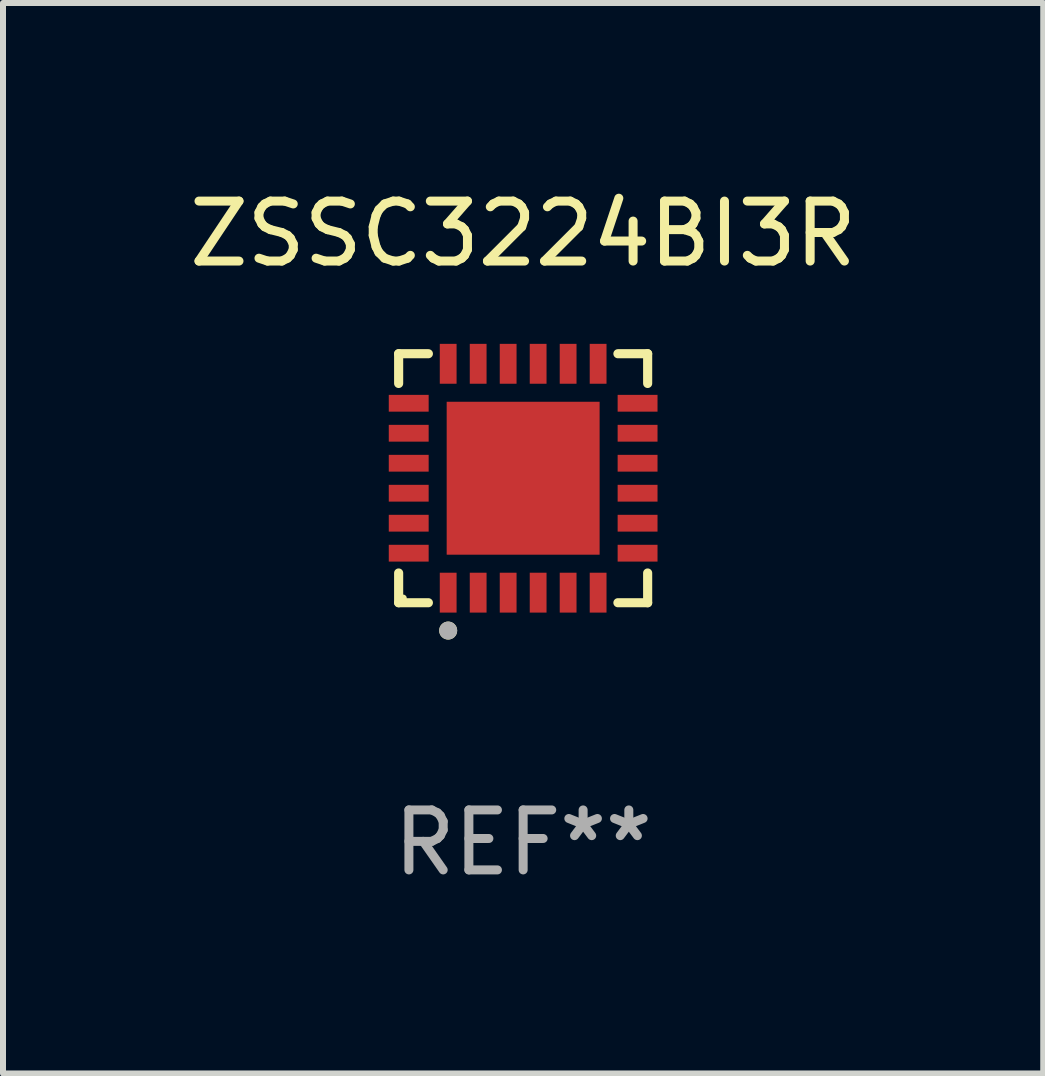
<source format=kicad_pcb>
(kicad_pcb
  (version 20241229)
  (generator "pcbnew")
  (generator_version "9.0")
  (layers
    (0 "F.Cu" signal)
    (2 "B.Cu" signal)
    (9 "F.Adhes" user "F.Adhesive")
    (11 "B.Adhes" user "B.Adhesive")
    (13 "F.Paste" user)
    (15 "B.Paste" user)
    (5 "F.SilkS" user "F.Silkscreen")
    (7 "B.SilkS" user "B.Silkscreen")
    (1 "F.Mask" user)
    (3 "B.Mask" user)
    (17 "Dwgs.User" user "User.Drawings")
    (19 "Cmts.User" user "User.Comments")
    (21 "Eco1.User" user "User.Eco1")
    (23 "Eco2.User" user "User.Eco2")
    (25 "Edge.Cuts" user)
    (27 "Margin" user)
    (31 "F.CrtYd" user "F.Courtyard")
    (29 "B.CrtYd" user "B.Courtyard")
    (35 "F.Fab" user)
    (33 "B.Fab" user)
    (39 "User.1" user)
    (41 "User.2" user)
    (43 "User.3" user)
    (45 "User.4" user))
  (footprint "ZSSC3224BI3R"
    (layer "F.Cu")
    (at 5.673 4.924)
    (property "Reference" "ZSSC3224BI3R" (at 0 -4.076 0) (layer "F.SilkS") (effects (font (size 1 1) (thickness 0.15))))
    (attr through_hole)
    (fp_line (start -2.076 -2.076) (end -1.58 -2.076) (stroke (width 0.152) (type solid)) (layer "F.SilkS"))
    (fp_line (start -2.076 -1.58) (end -2.076 -2.076) (stroke (width 0.152) (type solid)) (layer "F.SilkS"))
    (fp_line (start -2.076 1.58) (end -2.076 2.076) (stroke (width 0.152) (type solid)) (layer "F.SilkS"))
    (fp_line (start -2.076 2.076) (end -1.58 2.076) (stroke (width 0.152) (type solid)) (layer "F.SilkS"))
    (fp_line (start 2.076 -2.076) (end 1.58 -2.076) (stroke (width 0.152) (type solid)) (layer "F.SilkS"))
    (fp_line (start 2.076 -1.58) (end 2.076 -2.076) (stroke (width 0.152) (type solid)) (layer "F.SilkS"))
    (fp_line (start 2.076 1.58) (end 2.076 2.076) (stroke (width 0.152) (type solid)) (layer "F.SilkS"))
    (fp_line (start 2.076 2.076) (end 1.58 2.076) (stroke (width 0.152) (type solid)) (layer "F.SilkS"))
    (fp_circle (center -2 2) (end -1.97 2) (stroke (width 0.06) (type solid)) (fill no) (layer "F.SilkS"))
    (fp_circle (center -1.25 2.54) (end -1.175 2.54) (stroke (width 0.15) (type solid)) (fill no) (layer "F.SilkS"))
    (fp_circle (center -1.25 2.54) (end -1.175 2.54) (stroke (width 0.15) (type solid)) (fill no) (layer "F.Fab"))
    (fp_text user "REF**" (at 0 6.076 0) (layer "F.Fab") (effects (font (size 1 1) (thickness 0.15))))
    (pad "1" smd rect (at -1.25 1.908) (size 0.28 0.665) (layers "F.Cu" "F.Mask" "F.Paste"))
    (pad "2" smd rect (at -0.75 1.908) (size 0.28 0.665) (layers "F.Cu" "F.Mask" "F.Paste"))
    (pad "3" smd rect (at -0.25 1.908) (size 0.28 0.665) (layers "F.Cu" "F.Mask" "F.Paste"))
    (pad "4" smd rect (at 0.25 1.908) (size 0.28 0.665) (layers "F.Cu" "F.Mask" "F.Paste"))
    (pad "5" smd rect (at 0.75 1.908) (size 0.28 0.665) (layers "F.Cu" "F.Mask" "F.Paste"))
    (pad "6" smd rect (at 1.25 1.908) (size 0.28 0.665) (layers "F.Cu" "F.Mask" "F.Paste"))
    (pad "7" smd rect (at 1.908 1.25) (size 0.665 0.28) (layers "F.Cu" "F.Mask" "F.Paste"))
    (pad "8" smd rect (at 1.908 0.75) (size 0.665 0.28) (layers "F.Cu" "F.Mask" "F.Paste"))
    (pad "9" smd rect (at 1.908 0.25) (size 0.665 0.28) (layers "F.Cu" "F.Mask" "F.Paste"))
    (pad "10" smd rect (at 1.908 -0.25) (size 0.665 0.28) (layers "F.Cu" "F.Mask" "F.Paste"))
    (pad "11" smd rect (at 1.908 -0.75) (size 0.665 0.28) (layers "F.Cu" "F.Mask" "F.Paste"))
    (pad "12" smd rect (at 1.908 -1.25) (size 0.665 0.28) (layers "F.Cu" "F.Mask" "F.Paste"))
    (pad "13" smd rect (at 1.25 -1.908) (size 0.28 0.665) (layers "F.Cu" "F.Mask" "F.Paste"))
    (pad "14" smd rect (at 0.75 -1.908) (size 0.28 0.665) (layers "F.Cu" "F.Mask" "F.Paste"))
    (pad "15" smd rect (at 0.25 -1.908) (size 0.28 0.665) (layers "F.Cu" "F.Mask" "F.Paste"))
    (pad "16" smd rect (at -0.25 -1.908) (size 0.28 0.665) (layers "F.Cu" "F.Mask" "F.Paste"))
    (pad "17" smd rect (at -0.75 -1.908) (size 0.28 0.665) (layers "F.Cu" "F.Mask" "F.Paste"))
    (pad "18" smd rect (at -1.25 -1.908) (size 0.28 0.665) (layers "F.Cu" "F.Mask" "F.Paste"))
    (pad "19" smd rect (at -1.908 -1.25) (size 0.665 0.28) (layers "F.Cu" "F.Mask" "F.Paste"))
    (pad "20" smd rect (at -1.908 -0.75) (size 0.665 0.28) (layers "F.Cu" "F.Mask" "F.Paste"))
    (pad "21" smd rect (at -1.908 -0.25) (size 0.665 0.28) (layers "F.Cu" "F.Mask" "F.Paste"))
    (pad "22" smd rect (at -1.908 0.25) (size 0.665 0.28) (layers "F.Cu" "F.Mask" "F.Paste"))
    (pad "23" smd rect (at -1.908 0.75) (size 0.665 0.28) (layers "F.Cu" "F.Mask" "F.Paste"))
    (pad "24" smd rect (at -1.908 1.25) (size 0.665 0.28) (layers "F.Cu" "F.Mask" "F.Paste"))
    (pad "25" smd rect (at 0 0) (size 2.55 2.55) (layers "F.Cu" "F.Mask" "F.Paste")))
  (gr_rect
    (start -3 -3)
    (end 14.345 14.849)
    (stroke (width 0.1) (type default))
    (fill no)
    (layer "Edge.Cuts")))
</source>
